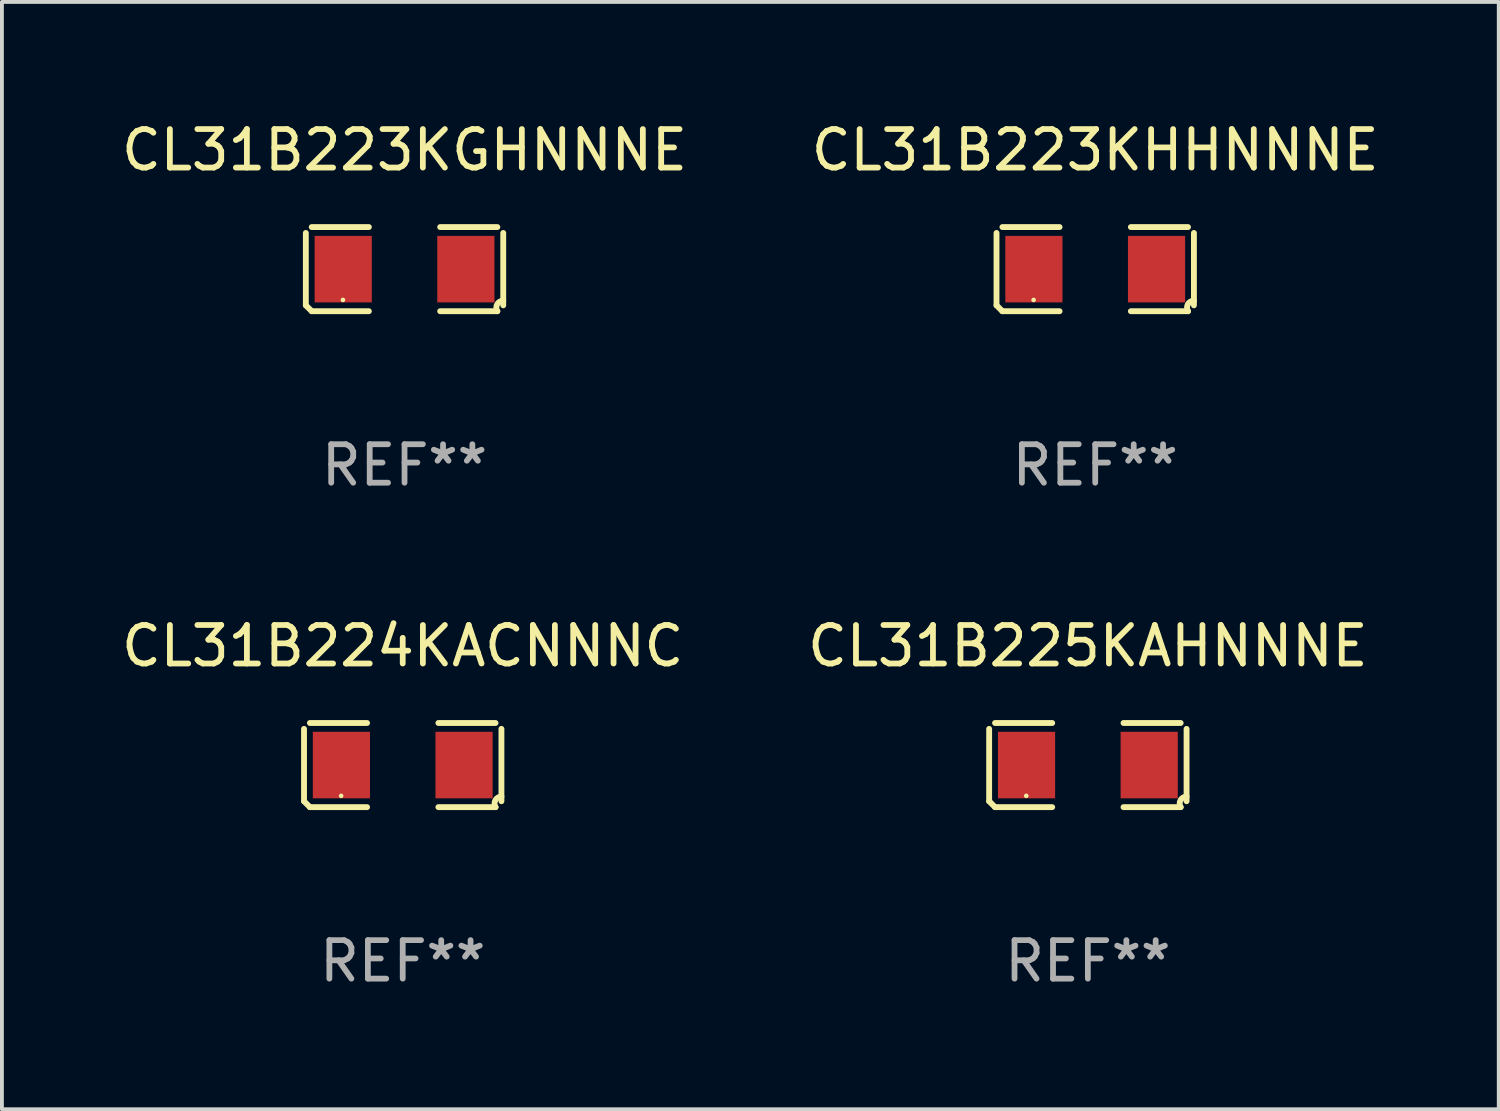
<source format=kicad_pcb>
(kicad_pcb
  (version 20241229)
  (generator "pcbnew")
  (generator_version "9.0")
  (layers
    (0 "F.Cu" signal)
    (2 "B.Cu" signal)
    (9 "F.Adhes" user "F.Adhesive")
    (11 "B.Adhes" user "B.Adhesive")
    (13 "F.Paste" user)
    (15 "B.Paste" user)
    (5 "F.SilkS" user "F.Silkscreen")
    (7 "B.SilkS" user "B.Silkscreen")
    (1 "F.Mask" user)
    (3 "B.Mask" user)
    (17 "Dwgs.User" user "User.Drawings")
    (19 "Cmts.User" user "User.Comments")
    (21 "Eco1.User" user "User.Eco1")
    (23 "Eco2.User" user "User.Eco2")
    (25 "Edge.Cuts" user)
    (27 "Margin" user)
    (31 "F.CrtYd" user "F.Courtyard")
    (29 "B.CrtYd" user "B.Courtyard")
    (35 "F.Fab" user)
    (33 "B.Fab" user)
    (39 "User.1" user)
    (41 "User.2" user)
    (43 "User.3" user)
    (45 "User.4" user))
  (footprint "CL31B223KGHNNNE"
    (layer "F.Cu")
    (at 7.458 3.941)
    (property "Reference" "CL31B223KGHNNNE" (at 0 -3.093 0) (layer "F.SilkS") (effects (font (size 1 1) (thickness 0.15))))
    (attr through_hole)
    (fp_line (start -2.564 0.94) (end -2.564 -0.94) (stroke (width 0.152) (type solid)) (layer "F.SilkS"))
    (fp_line (start -2.411 -1.093) (end -0.926 -1.093) (stroke (width 0.152) (type solid)) (layer "F.SilkS"))
    (fp_line (start -0.926 1.093) (end -2.411 1.093) (stroke (width 0.152) (type solid)) (layer "F.SilkS"))
    (fp_line (start 0.926 1.093) (end 2.411 1.093) (stroke (width 0.152) (type solid)) (layer "F.SilkS"))
    (fp_line (start 2.411 -1.093) (end 0.926 -1.093) (stroke (width 0.152) (type solid)) (layer "F.SilkS"))
    (fp_line (start 2.564 0.94) (end 2.564 -0.94) (stroke (width 0.152) (type solid)) (layer "F.SilkS"))
    (fp_arc (start -2.411201 1.092609) (mid -2.487413 1.01642) (end -2.563602 0.940208) (stroke (width 0.1524) (type solid)) (layer "F.SilkS"))
    (fp_arc (start 2.411201 1.092609) (mid 2.407159 0.911226) (end 2.563602 0.819347) (stroke (width 0.1524) (type solid)) (layer "F.SilkS"))
    (fp_circle (center -1.6 0.8) (end -1.57 0.8) (stroke (width 0.06) (type solid)) (fill no) (layer "F.SilkS"))
    (fp_text user "REF**" (at 0 5.093 0) (layer "F.Fab") (effects (font (size 1 1) (thickness 0.15))))
    (pad "1" smd rect (at -1.593 0) (size 1.485 1.728) (layers "F.Cu" "F.Mask" "F.Paste"))
    (pad "2" smd rect (at 1.593 0) (size 1.485 1.728) (layers "F.Cu" "F.Mask" "F.Paste")))
  (footprint "CL31B224KACNNNC"
    (layer "F.Cu")
    (at 7.411 16.823)
    (property "Reference" "CL31B224KACNNNC" (at 0 -3.093 0) (layer "F.SilkS") (effects (font (size 1 1) (thickness 0.15))))
    (attr through_hole)
    (fp_line (start -2.564 0.94) (end -2.564 -0.94) (stroke (width 0.152) (type solid)) (layer "F.SilkS"))
    (fp_line (start -2.411 -1.093) (end -0.926 -1.093) (stroke (width 0.152) (type solid)) (layer "F.SilkS"))
    (fp_line (start -0.926 1.093) (end -2.411 1.093) (stroke (width 0.152) (type solid)) (layer "F.SilkS"))
    (fp_line (start 0.926 1.093) (end 2.411 1.093) (stroke (width 0.152) (type solid)) (layer "F.SilkS"))
    (fp_line (start 2.411 -1.093) (end 0.926 -1.093) (stroke (width 0.152) (type solid)) (layer "F.SilkS"))
    (fp_line (start 2.564 0.94) (end 2.564 -0.94) (stroke (width 0.152) (type solid)) (layer "F.SilkS"))
    (fp_arc (start -2.411201 1.092609) (mid -2.487413 1.01642) (end -2.563602 0.940208) (stroke (width 0.1524) (type solid)) (layer "F.SilkS"))
    (fp_arc (start 2.411201 1.092609) (mid 2.407159 0.911226) (end 2.563602 0.819347) (stroke (width 0.1524) (type solid)) (layer "F.SilkS"))
    (fp_circle (center -1.6 0.8) (end -1.57 0.8) (stroke (width 0.06) (type solid)) (fill no) (layer "F.SilkS"))
    (fp_text user "REF**" (at 0 5.093 0) (layer "F.Fab") (effects (font (size 1 1) (thickness 0.15))))
    (pad "1" smd rect (at -1.593 0) (size 1.485 1.728) (layers "F.Cu" "F.Mask" "F.Paste"))
    (pad "2" smd rect (at 1.593 0) (size 1.485 1.728) (layers "F.Cu" "F.Mask" "F.Paste")))
  (footprint "CL31B223KHHNNNE"
    (layer "F.Cu")
    (at 25.399 3.941)
    (property "Reference" "CL31B223KHHNNNE" (at 0 -3.093 0) (layer "F.SilkS") (effects (font (size 1 1) (thickness 0.15))))
    (attr through_hole)
    (fp_line (start -2.564 0.94) (end -2.564 -0.94) (stroke (width 0.152) (type solid)) (layer "F.SilkS"))
    (fp_line (start -2.411 -1.093) (end -0.926 -1.093) (stroke (width 0.152) (type solid)) (layer "F.SilkS"))
    (fp_line (start -0.926 1.093) (end -2.411 1.093) (stroke (width 0.152) (type solid)) (layer "F.SilkS"))
    (fp_line (start 0.926 1.093) (end 2.411 1.093) (stroke (width 0.152) (type solid)) (layer "F.SilkS"))
    (fp_line (start 2.411 -1.093) (end 0.926 -1.093) (stroke (width 0.152) (type solid)) (layer "F.SilkS"))
    (fp_line (start 2.564 0.94) (end 2.564 -0.94) (stroke (width 0.152) (type solid)) (layer "F.SilkS"))
    (fp_arc (start -2.411201 1.092609) (mid -2.487413 1.01642) (end -2.563602 0.940208) (stroke (width 0.1524) (type solid)) (layer "F.SilkS"))
    (fp_arc (start 2.411201 1.092609) (mid 2.407159 0.911226) (end 2.563602 0.819347) (stroke (width 0.1524) (type solid)) (layer "F.SilkS"))
    (fp_circle (center -1.6 0.8) (end -1.57 0.8) (stroke (width 0.06) (type solid)) (fill no) (layer "F.SilkS"))
    (fp_text user "REF**" (at 0 5.093 0) (layer "F.Fab") (effects (font (size 1 1) (thickness 0.15))))
    (pad "1" smd rect (at -1.593 0) (size 1.485 1.728) (layers "F.Cu" "F.Mask" "F.Paste"))
    (pad "2" smd rect (at 1.593 0) (size 1.485 1.728) (layers "F.Cu" "F.Mask" "F.Paste")))
  (footprint "CL31B225KAHNNNE"
    (layer "F.Cu")
    (at 25.208 16.823)
    (property "Reference" "CL31B225KAHNNNE" (at 0 -3.093 0) (layer "F.SilkS") (effects (font (size 1 1) (thickness 0.15))))
    (attr through_hole)
    (fp_line (start -2.564 0.94) (end -2.564 -0.94) (stroke (width 0.152) (type solid)) (layer "F.SilkS"))
    (fp_line (start -2.411 -1.093) (end -0.926 -1.093) (stroke (width 0.152) (type solid)) (layer "F.SilkS"))
    (fp_line (start -0.926 1.093) (end -2.411 1.093) (stroke (width 0.152) (type solid)) (layer "F.SilkS"))
    (fp_line (start 0.926 1.093) (end 2.411 1.093) (stroke (width 0.152) (type solid)) (layer "F.SilkS"))
    (fp_line (start 2.411 -1.093) (end 0.926 -1.093) (stroke (width 0.152) (type solid)) (layer "F.SilkS"))
    (fp_line (start 2.564 0.94) (end 2.564 -0.94) (stroke (width 0.152) (type solid)) (layer "F.SilkS"))
    (fp_arc (start -2.411201 1.092609) (mid -2.487413 1.01642) (end -2.563602 0.940208) (stroke (width 0.1524) (type solid)) (layer "F.SilkS"))
    (fp_arc (start 2.411201 1.092609) (mid 2.407159 0.911226) (end 2.563602 0.819347) (stroke (width 0.1524) (type solid)) (layer "F.SilkS"))
    (fp_circle (center -1.6 0.8) (end -1.57 0.8) (stroke (width 0.06) (type solid)) (fill no) (layer "F.SilkS"))
    (fp_text user "REF**" (at 0 5.093 0) (layer "F.Fab") (effects (font (size 1 1) (thickness 0.15))))
    (pad "1" smd rect (at -1.593 0) (size 1.485 1.728) (layers "F.Cu" "F.Mask" "F.Paste"))
    (pad "2" smd rect (at 1.593 0) (size 1.485 1.728) (layers "F.Cu" "F.Mask" "F.Paste")))
  (gr_rect
    (start -3 -3)
    (end 35.881 25.763)
    (stroke (width 0.1) (type default))
    (fill no)
    (layer "Edge.Cuts")))
</source>
